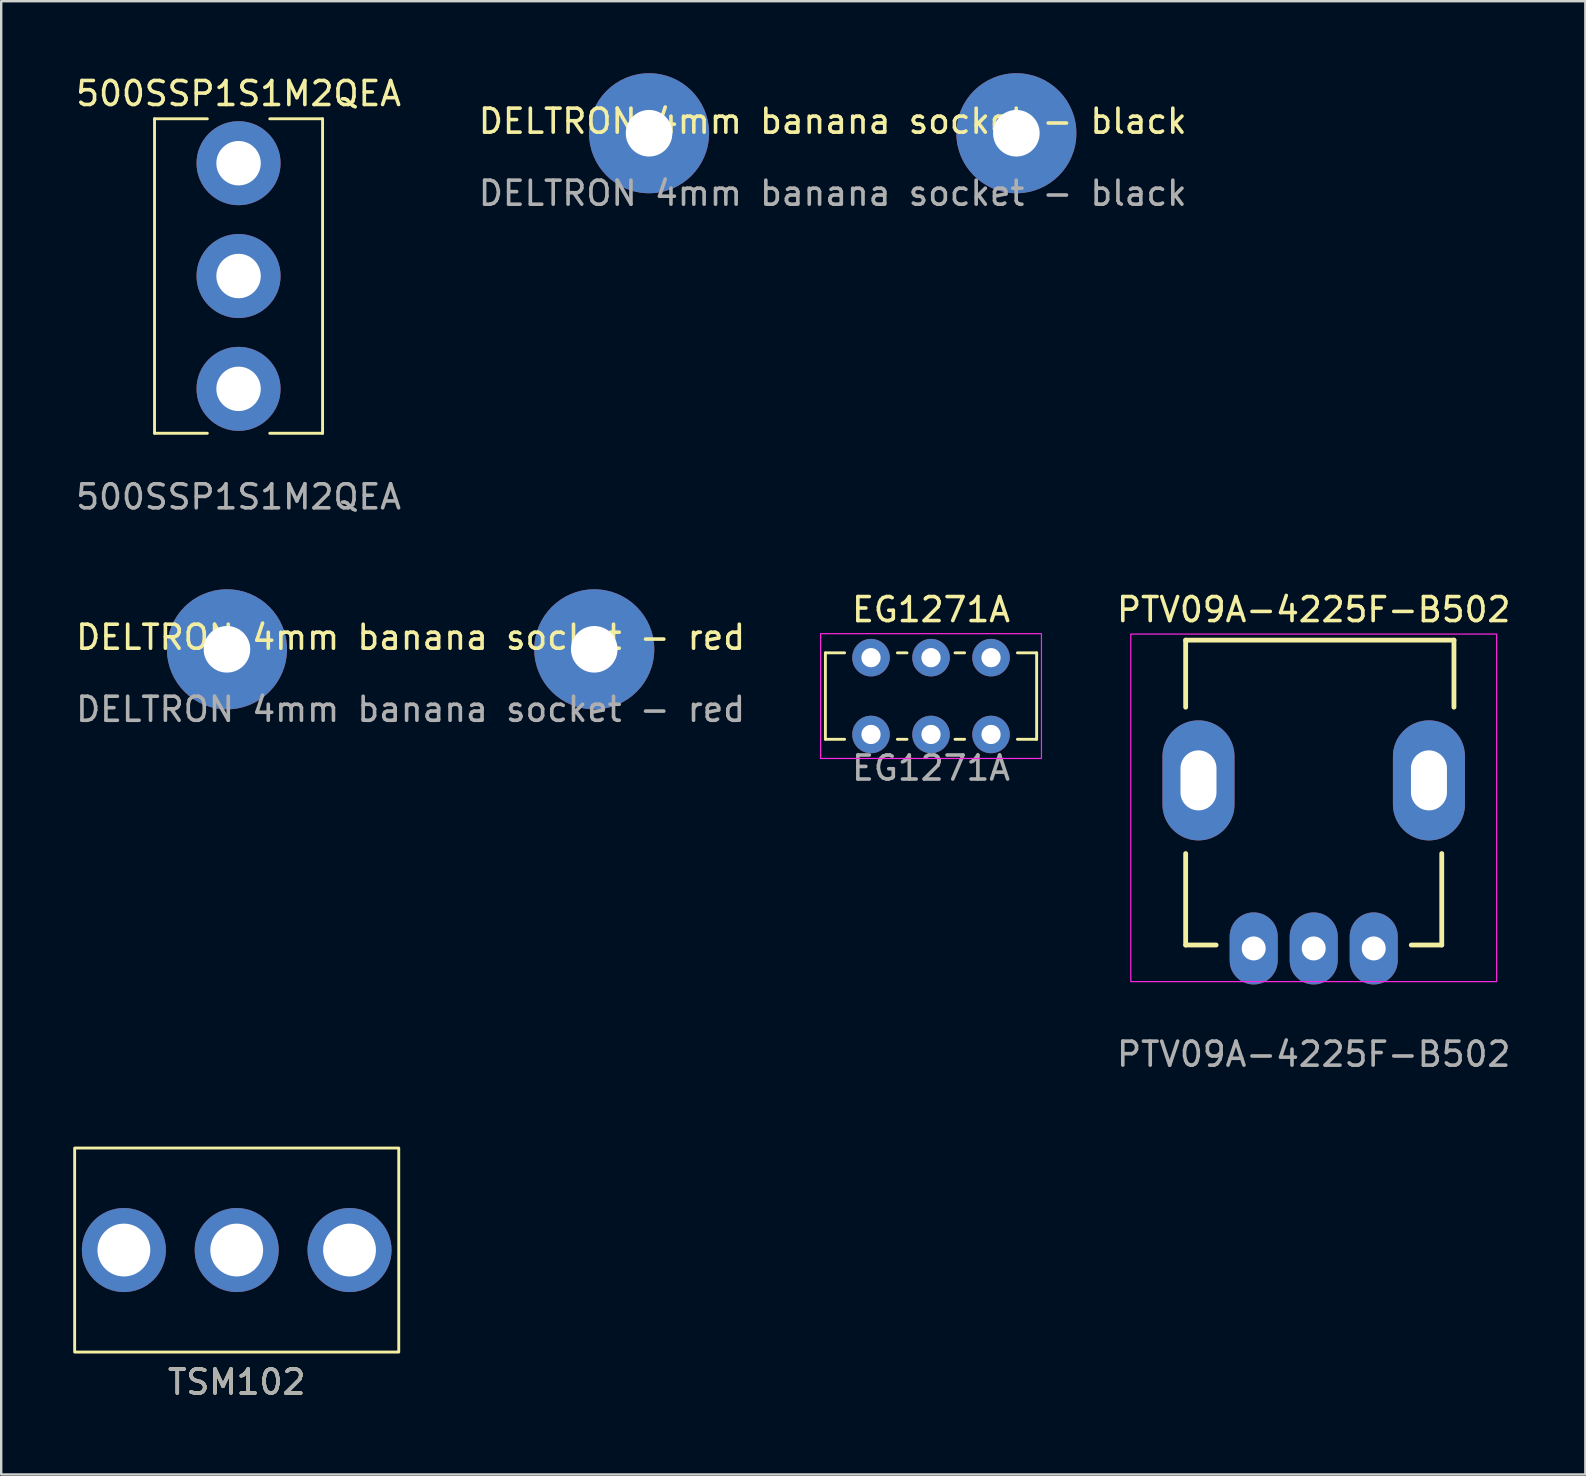
<source format=kicad_pcb>
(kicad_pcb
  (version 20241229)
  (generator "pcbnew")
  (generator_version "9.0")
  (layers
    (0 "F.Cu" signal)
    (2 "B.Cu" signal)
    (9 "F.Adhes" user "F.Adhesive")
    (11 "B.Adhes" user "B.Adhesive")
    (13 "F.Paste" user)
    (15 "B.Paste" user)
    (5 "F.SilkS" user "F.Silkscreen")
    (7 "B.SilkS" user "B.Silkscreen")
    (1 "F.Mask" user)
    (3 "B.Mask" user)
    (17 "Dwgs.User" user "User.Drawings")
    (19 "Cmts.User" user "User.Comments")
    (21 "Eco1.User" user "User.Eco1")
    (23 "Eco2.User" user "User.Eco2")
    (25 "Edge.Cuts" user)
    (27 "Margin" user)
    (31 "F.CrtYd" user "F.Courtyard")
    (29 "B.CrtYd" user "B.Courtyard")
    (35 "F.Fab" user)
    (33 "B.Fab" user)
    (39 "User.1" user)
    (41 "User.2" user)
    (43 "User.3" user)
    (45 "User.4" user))
  (footprint "DELTRON 4mm banana socket - black"
    (layer "F.Cu")
    (at 31.637 2.5)
    (property "Reference" "DELTRON 4mm banana socket - black" (at 0 -0.5 0) (unlocked yes) (layer "F.SilkS") (effects (font (size 1 1) (thickness 0.15))))
    (attr through_hole)
    (fp_text user "${REFERENCE}" (at 0 2.5 0) (unlocked yes) (layer "F.Fab") (effects (font (size 1 1) (thickness 0.15))))
    (pad "1" thru_hole circle (at -7.65 0) (size 5 5) (drill 1.94) (layers "*.Cu" "*.Mask"))
    (pad "1" thru_hole circle (at 7.65 0) (size 5 5) (drill 1.94) (layers "*.Cu" "*.Mask")))
  (footprint "500SSP1S1M2QEA"
    (layer "F.Cu")
    (at 6.887 8.448)
    (property "Reference" "500SSP1S1M2QEA" (at 0 -7.6 0) (unlocked yes) (layer "F.SilkS") (effects (font (size 1 1) (thickness 0.15))))
    (attr through_hole)
    (fp_line (start -3.5 -6.55) (end -3.5 6.55) (stroke (width 0.12) (type solid)) (layer "F.SilkS"))
    (fp_line (start -3.5 -6.55) (end -1.3 -6.55) (stroke (width 0.12) (type solid)) (layer "F.SilkS"))
    (fp_line (start -3.5 6.55) (end -1.3 6.55) (stroke (width 0.12) (type solid)) (layer "F.SilkS"))
    (fp_line (start 3.5 -6.55) (end 1.3 -6.55) (stroke (width 0.12) (type solid)) (layer "F.SilkS"))
    (fp_line (start 3.5 6.55) (end 1.3 6.55) (stroke (width 0.12) (type solid)) (layer "F.SilkS"))
    (fp_line (start 3.5 6.55) (end 3.5 -6.55) (stroke (width 0.12) (type solid)) (layer "F.SilkS"))
    (fp_text user "${REFERENCE}" (at 0 9.2 0) (unlocked yes) (layer "F.Fab") (effects (font (size 1 1) (thickness 0.15))))
    (pad "1" thru_hole circle (at 0 -4.7) (size 3.5 3.5) (drill 1.85) (layers "*.Cu" "*.Mask"))
    (pad "2" thru_hole circle (at 0 0) (size 3.5 3.5) (drill 1.85) (layers "*.Cu" "*.Mask"))
    (pad "3" thru_hole circle (at 0 4.7) (size 3.5 3.5) (drill 1.85) (layers "*.Cu" "*.Mask")))
  (footprint "TSM102"
    (layer "F.Cu")
    (at 6.81 49.021)
    (property "Reference" "TSM102" (at 0 5.5 0) (unlocked yes) (layer "F.SilkS") (effects (font (size 1 1) (thickness 0.15))))
    (attr through_hole)
    (fp_rect (start -6.75 -4.25) (end 6.75 4.25) (stroke (width 0.12) (type solid)) (fill no) (layer "F.SilkS"))
    (fp_text user "${REFERENCE}" (at 0 5.5 0) (unlocked yes) (layer "F.Fab") (effects (font (size 1 1) (thickness 0.15))))
    (pad "1" thru_hole circle (at -4.7 0) (size 3.5 3.5) (drill 2.2) (layers "*.Cu" "*.Mask"))
    (pad "2" thru_hole circle (at 0 0) (size 3.5 3.5) (drill 2.2) (layers "*.Cu" "*.Mask"))
    (pad "3" thru_hole circle (at 4.7 0) (size 3.5 3.5) (drill 2.2) (layers "*.Cu" "*.Mask")))
  (footprint "DELTRON 4mm banana socket - red"
    (layer "F.Cu")
    (at 14.054 23.997)
    (property "Reference" "DELTRON 4mm banana socket - red" (at 0 -0.5 0) (unlocked yes) (layer "F.SilkS") (effects (font (size 1 1) (thickness 0.15))))
    (attr through_hole)
    (fp_text user "${REFERENCE}" (at 0 2.5 0) (unlocked yes) (layer "F.Fab") (effects (font (size 1 1) (thickness 0.15))))
    (pad "1" thru_hole circle (at -7.65 0) (size 5 5) (drill 1.94) (layers "*.Cu" "*.Mask"))
    (pad "1" thru_hole circle (at 7.65 0) (size 5 5) (drill 1.94) (layers "*.Cu" "*.Mask")))
  (footprint "PTV09A-4225F-B502"
    (layer "F.Cu")
    (at 51.673 29.457)
    (property "Reference" "PTV09A-4225F-B502" (at 0 -7.112 0) (unlocked yes) (layer "F.SilkS") (effects (font (size 1 1) (thickness 0.15))))
    (attr through_hole)
    (fp_line (start -5.334 -5.842) (end -5.334 -3.048) (stroke (width 0.2) (type solid)) (layer "F.SilkS"))
    (fp_line (start -5.334 3.048) (end -5.334 6.858) (stroke (width 0.2) (type solid)) (layer "F.SilkS"))
    (fp_line (start -5.334 6.858) (end -4.064 6.858) (stroke (width 0.2) (type solid)) (layer "F.SilkS"))
    (fp_line (start 4.064 6.858) (end 5.334 6.858) (stroke (width 0.2) (type solid)) (layer "F.SilkS"))
    (fp_line (start 5.334 3.048) (end 5.334 6.858) (stroke (width 0.2) (type solid)) (layer "F.SilkS"))
    (fp_line (start 5.842 -5.842) (end -5.334 -5.842) (stroke (width 0.2) (type solid)) (layer "F.SilkS"))
    (fp_line (start 5.842 -5.842) (end 5.842 -3.048) (stroke (width 0.2) (type solid)) (layer "F.SilkS"))
    (fp_rect (start -7.62 -6.096) (end 7.62 8.382) (stroke (width 0.05) (type solid)) (fill no) (layer "F.CrtYd"))
    (fp_text user "${REFERENCE}" (at 0 11.406 0) (unlocked yes) (layer "F.Fab") (effects (font (size 1 1) (thickness 0.15))))
    (pad "" thru_hole oval (at -4.8 0) (size 3 5) (drill oval 1.5 2.5) (layers "*.Cu" "*.Mask"))
    (pad "" thru_hole oval (at 4.8 0) (size 3 5) (drill oval 1.5 2.5) (layers "*.Cu" "*.Mask"))
    (pad "1" thru_hole oval (at -2.5 7) (size 2 3) (drill 1) (layers "*.Cu" "*.Mask"))
    (pad "2" thru_hole oval (at 0 7) (size 2 3) (drill 1) (layers "*.Cu" "*.Mask"))
    (pad "3" thru_hole oval (at 2.5 7) (size 2 3) (drill 1) (layers "*.Cu" "*.Mask")))
  (footprint "EG1271A"
    (layer "F.Cu")
    (at 35.732 25.945)
    (property "Reference" "EG1271A" (at 0 -3.6 0) (unlocked yes) (layer "F.SilkS") (effects (font (size 1 1) (thickness 0.15))))
    (attr through_hole)
    (fp_line (start -4.4 1.8) (end -4.4 -1.8) (stroke (width 0.12) (type solid)) (layer "F.SilkS"))
    (fp_line (start -3.6 -1.8) (end -4.4 -1.8) (stroke (width 0.12) (type solid)) (layer "F.SilkS"))
    (fp_line (start -3.6 1.8) (end -4.4 1.8) (stroke (width 0.12) (type solid)) (layer "F.SilkS"))
    (fp_line (start -1.4 -1.8) (end -1 -1.8) (stroke (width 0.12) (type solid)) (layer "F.SilkS"))
    (fp_line (start -1.4 1.8) (end -1 1.8) (stroke (width 0.12) (type solid)) (layer "F.SilkS"))
    (fp_line (start 1 -1.8) (end 1.4 -1.8) (stroke (width 0.12) (type solid)) (layer "F.SilkS"))
    (fp_line (start 1 1.8) (end 1.4 1.8) (stroke (width 0.12) (type solid)) (layer "F.SilkS"))
    (fp_line (start 3.6 -1.8) (end 4.4 -1.8) (stroke (width 0.12) (type solid)) (layer "F.SilkS"))
    (fp_line (start 3.6 1.8) (end 4.4 1.8) (stroke (width 0.12) (type solid)) (layer "F.SilkS"))
    (fp_line (start 4.4 1.8) (end 4.4 -1.8) (stroke (width 0.12) (type solid)) (layer "F.SilkS"))
    (fp_rect (start -4.6 -2.6) (end 4.6 2.6) (stroke (width 0.05) (type solid)) (fill no) (layer "F.CrtYd"))
    (fp_text user "${REFERENCE}" (at 0 3 0) (unlocked yes) (layer "F.Fab") (effects (font (size 1 1) (thickness 0.15))))
    (pad "1" thru_hole circle (at -2.5 -1.6) (size 1.562 1.562) (drill 0.8) (layers "*.Cu" "*.Mask"))
    (pad "1" thru_hole circle (at -2.5 1.6) (size 1.562 1.562) (drill 0.8) (layers "*.Cu" "*.Mask"))
    (pad "2" thru_hole circle (at 0 -1.6) (size 1.562 1.562) (drill 0.8) (layers "*.Cu" "*.Mask"))
    (pad "2" thru_hole circle (at 0 1.6) (size 1.562 1.562) (drill 0.8) (layers "*.Cu" "*.Mask"))
    (pad "3" thru_hole circle (at 2.5 -1.6) (size 1.562 1.562) (drill 0.8) (layers "*.Cu" "*.Mask"))
    (pad "3" thru_hole circle (at 2.5 1.6) (size 1.562 1.562) (drill 0.8) (layers "*.Cu" "*.Mask")))
  (gr_rect
    (start -3 -3)
    (end 62.988 58.369)
    (stroke (width 0.1) (type default))
    (fill no)
    (layer "Edge.Cuts")))
</source>
